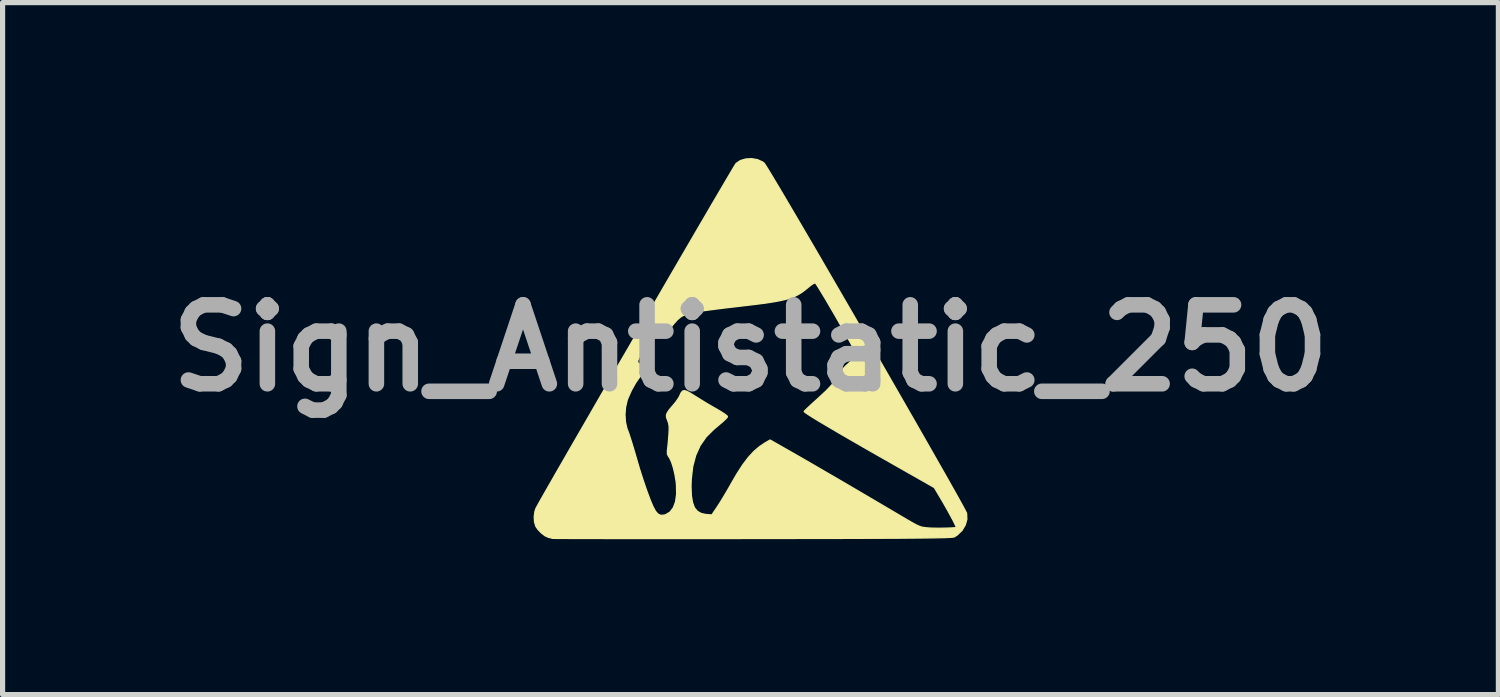
<source format=kicad_pcb>
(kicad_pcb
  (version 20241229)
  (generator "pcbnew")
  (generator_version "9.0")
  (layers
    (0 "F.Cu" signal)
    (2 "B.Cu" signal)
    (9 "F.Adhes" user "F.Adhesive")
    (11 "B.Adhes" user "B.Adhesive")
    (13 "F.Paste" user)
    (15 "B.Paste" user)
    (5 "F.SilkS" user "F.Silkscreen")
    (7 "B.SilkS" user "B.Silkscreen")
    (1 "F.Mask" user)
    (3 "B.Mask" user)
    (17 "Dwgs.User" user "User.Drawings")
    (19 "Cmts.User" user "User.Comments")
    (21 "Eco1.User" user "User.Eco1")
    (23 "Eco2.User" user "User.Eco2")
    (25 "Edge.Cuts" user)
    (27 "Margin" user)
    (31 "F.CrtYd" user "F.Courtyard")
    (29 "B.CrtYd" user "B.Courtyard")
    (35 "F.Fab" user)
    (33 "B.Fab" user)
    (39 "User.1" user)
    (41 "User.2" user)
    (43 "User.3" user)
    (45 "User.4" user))
  (footprint "Sign_Antistatic_250"
    (layer "F.Cu")
    (at 11.437 3.669)
    (property "Reference" "Sign_Antistatic_250" (at 0 0 0) (layer "F.Fab") (effects (font (size 1.524 1.524) (thickness 0.3))))
    (attr through_hole)
    (fp_poly (pts (xy 4.177 3.303) (xy 4.146 3.415) (xy 4.083 3.52) (xy 3.993 3.607) (xy 3.973 3.62) (xy 3.973 3.462) (xy 3.968 3.442) (xy 3.944 3.391) (xy 3.907 3.317) (xy 3.858 3.226) (xy 3.803 3.126) (xy 3.744 3.022) (xy 3.69 2.929) (xy 3.549 2.692) (xy 2.849 2.294) (xy 2.513 2.103) (xy 2.21 1.93) (xy 1.941 1.775) (xy 1.706 1.639) (xy 1.506 1.521) (xy 1.34 1.423) (xy 1.21 1.344) (xy 1.116 1.284) (xy 1.058 1.245) (xy 1.037 1.225) (xy 1.037 1.225) (xy 1.052 1.206) (xy 1.094 1.165) (xy 1.157 1.106) (xy 1.236 1.034) (xy 1.295 0.981) (xy 1.464 0.824) (xy 1.597 0.683) (xy 1.694 0.559) (xy 1.753 0.453) (xy 1.755 0.45) (xy 1.784 0.406) (xy 1.836 0.349) (xy 1.903 0.289) (xy 1.917 0.277) (xy 1.98 0.223) (xy 2.028 0.176) (xy 2.052 0.144) (xy 2.053 0.138) (xy 2.043 0.111) (xy 2.014 0.052) (xy 1.969 -0.032) (xy 1.911 -0.138) (xy 1.843 -0.26) (xy 1.768 -0.394) (xy 1.688 -0.533) (xy 1.608 -0.673) (xy 1.528 -0.809) (xy 1.454 -0.936) (xy 1.386 -1.049) (xy 1.329 -1.142) (xy 1.286 -1.211) (xy 1.258 -1.251) (xy 1.251 -1.258) (xy 1.226 -1.252) (xy 1.18 -1.224) (xy 1.14 -1.193) (xy 1.068 -1.134) (xy 1.001 -1.083) (xy 0.934 -1.04) (xy 0.863 -1.003) (xy 0.784 -0.971) (xy 0.693 -0.943) (xy 0.585 -0.918) (xy 0.456 -0.894) (xy 0.301 -0.87) (xy 0.117 -0.846) (xy -0.102 -0.82) (xy -0.328 -0.793) (xy -0.484 -0.775) (xy -0.642 -0.755) (xy -0.791 -0.736) (xy -0.921 -0.718) (xy -1.022 -0.703) (xy -1.045 -0.699) (xy -1.171 -0.674) (xy -1.267 -0.645) (xy -1.343 -0.604) (xy -1.413 -0.545) (xy -1.487 -0.462) (xy -1.513 -0.429) (xy -1.561 -0.371) (xy -1.601 -0.328) (xy -1.622 -0.31) (xy -1.655 -0.313) (xy -1.706 -0.332) (xy -1.723 -0.34) (xy -1.775 -0.366) (xy -1.812 -0.38) (xy -1.818 -0.381) (xy -1.838 -0.363) (xy -1.873 -0.315) (xy -1.918 -0.244) (xy -1.97 -0.158) (xy -2.024 -0.063) (xy -2.076 0.032) (xy -2.121 0.12) (xy -2.156 0.193) (xy -2.177 0.245) (xy -2.18 0.262) (xy -2.164 0.292) (xy -2.122 0.328) (xy -2.106 0.339) (xy -2.06 0.371) (xy -2.034 0.397) (xy -2.032 0.402) (xy -2.044 0.427) (xy -2.076 0.473) (xy -2.117 0.527) (xy -2.212 0.663) (xy -2.299 0.817) (xy -2.367 0.97) (xy -2.383 1.016) (xy -2.412 1.144) (xy -2.423 1.285) (xy -2.414 1.424) (xy -2.388 1.545) (xy -2.376 1.577) (xy -2.355 1.632) (xy -2.326 1.719) (xy -2.291 1.829) (xy -2.254 1.952) (xy -2.224 2.053) (xy -2.149 2.311) (xy -2.074 2.546) (xy -2.003 2.754) (xy -1.937 2.931) (xy -1.885 3.054) (xy -1.835 3.149) (xy -1.785 3.206) (xy -1.729 3.23) (xy -1.662 3.224) (xy -1.638 3.217) (xy -1.553 3.167) (xy -1.488 3.082) (xy -1.445 2.966) (xy -1.425 2.819) (xy -1.428 2.646) (xy -1.435 2.572) (xy -1.457 2.44) (xy -1.486 2.316) (xy -1.52 2.208) (xy -1.556 2.127) (xy -1.579 2.093) (xy -1.602 2.05) (xy -1.604 1.987) (xy -1.601 1.964) (xy -1.594 1.901) (xy -1.585 1.812) (xy -1.577 1.712) (xy -1.574 1.677) (xy -1.569 1.576) (xy -1.57 1.505) (xy -1.579 1.451) (xy -1.596 1.402) (xy -1.598 1.396) (xy -1.619 1.341) (xy -1.622 1.294) (xy -1.604 1.246) (xy -1.562 1.186) (xy -1.495 1.108) (xy -1.439 1.04) (xy -1.392 0.973) (xy -1.366 0.926) (xy -1.339 0.867) (xy -1.312 0.832) (xy -1.277 0.821) (xy -1.229 0.835) (xy -1.16 0.872) (xy -1.074 0.926) (xy -0.968 0.992) (xy -0.844 1.068) (xy -0.721 1.14) (xy -0.661 1.174) (xy -0.577 1.223) (xy -0.507 1.268) (xy -0.461 1.302) (xy -0.445 1.32) (xy -0.448 1.333) (xy -0.462 1.351) (xy -0.49 1.379) (xy -0.536 1.422) (xy -0.607 1.482) (xy -0.705 1.565) (xy -0.709 1.568) (xy -0.857 1.715) (xy -0.973 1.882) (xy -1.059 2.073) (xy -1.116 2.289) (xy -1.144 2.534) (xy -1.148 2.669) (xy -1.142 2.842) (xy -1.12 2.978) (xy -1.083 3.08) (xy -1.026 3.151) (xy -0.95 3.194) (xy -0.86 3.213) (xy -0.745 3.222) (xy -0.638 3.063) (xy -0.586 2.983) (xy -0.522 2.878) (xy -0.453 2.762) (xy -0.387 2.647) (xy -0.379 2.632) (xy -0.258 2.424) (xy -0.146 2.251) (xy -0.039 2.11) (xy 0.067 1.995) (xy 0.175 1.903) (xy 0.279 1.833) (xy 0.379 1.775) (xy 0.84 2.038) (xy 1.015 2.138) (xy 1.224 2.259) (xy 1.468 2.401) (xy 1.745 2.562) (xy 2.054 2.743) (xy 2.394 2.943) (xy 2.764 3.161) (xy 3.006 3.304) (xy 3.111 3.365) (xy 3.189 3.408) (xy 3.25 3.437) (xy 3.302 3.455) (xy 3.356 3.465) (xy 3.42 3.472) (xy 3.44 3.473) (xy 3.51 3.477) (xy 3.599 3.478) (xy 3.696 3.478) (xy 3.792 3.476) (xy 3.876 3.473) (xy 3.94 3.469) (xy 3.972 3.463) (xy 3.973 3.462) (xy 3.973 3.62) (xy 3.937 3.643) (xy 3.925 3.647) (xy 3.901 3.65) (xy 3.864 3.654) (xy 3.812 3.656) (xy 3.743 3.659) (xy 3.656 3.661) (xy 3.549 3.663) (xy 3.42 3.665) (xy 3.268 3.667) (xy 3.09 3.668) (xy 2.885 3.67) (xy 2.652 3.671) (xy 2.389 3.672) (xy 2.093 3.673) (xy 1.764 3.674) (xy 1.399 3.674) (xy 0.998 3.675) (xy 0.557 3.676) (xy 0.076 3.676) (xy 0.042 3.676) (xy -0.358 3.677) (xy -0.747 3.677) (xy -1.122 3.677) (xy -1.482 3.677) (xy -1.825 3.677) (xy -2.147 3.677) (xy -2.448 3.677) (xy -2.725 3.677) (xy -2.975 3.676) (xy -3.197 3.676) (xy -3.389 3.676) (xy -3.549 3.675) (xy -3.673 3.675) (xy -3.761 3.674) (xy -3.81 3.673) (xy -3.821 3.673) (xy -3.856 3.663) (xy -3.9 3.653) (xy -3.964 3.624) (xy -4.035 3.57) (xy -4.1 3.503) (xy -4.142 3.442) (xy -4.168 3.357) (xy -4.174 3.253) (xy -4.16 3.152) (xy -4.138 3.09) (xy -4.113 3.045) (xy -4.07 2.967) (xy -4.008 2.858) (xy -3.93 2.721) (xy -3.836 2.557) (xy -3.729 2.37) (xy -3.608 2.161) (xy -3.477 1.932) (xy -3.335 1.687) (xy -3.184 1.426) (xy -3.026 1.152) (xy -2.862 0.868) (xy -2.693 0.576) (xy -2.52 0.277) (xy -2.344 -0.025) (xy -2.168 -0.328) (xy -1.992 -0.631) (xy -1.818 -0.931) (xy -1.647 -1.226) (xy -1.48 -1.513) (xy -1.318 -1.791) (xy -1.163 -2.057) (xy -1.017 -2.308) (xy -0.879 -2.543) (xy -0.753 -2.76) (xy -0.638 -2.955) (xy -0.537 -3.127) (xy -0.451 -3.274) (xy -0.38 -3.393) (xy -0.327 -3.483) (xy -0.292 -3.54) (xy -0.277 -3.563) (xy -0.277 -3.563) (xy -0.195 -3.619) (xy -0.09 -3.65) (xy 0.024 -3.656) (xy 0.135 -3.637) (xy 0.232 -3.593) (xy 0.263 -3.57) (xy 0.281 -3.544) (xy 0.319 -3.484) (xy 0.376 -3.392) (xy 0.449 -3.27) (xy 0.539 -3.12) (xy 0.643 -2.945) (xy 0.76 -2.746) (xy 0.889 -2.527) (xy 1.029 -2.288) (xy 1.178 -2.034) (xy 1.335 -1.765) (xy 1.498 -1.484) (xy 1.667 -1.193) (xy 1.84 -0.895) (xy 2.016 -0.591) (xy 2.193 -0.285) (xy 2.371 0.022) (xy 2.547 0.327) (xy 2.721 0.629) (xy 2.891 0.925) (xy 3.056 1.212) (xy 3.215 1.489) (xy 3.366 1.753) (xy 3.508 2.002) (xy 3.64 2.234) (xy 3.761 2.446) (xy 3.868 2.636) (xy 3.962 2.802) (xy 4.04 2.942) (xy 4.101 3.053) (xy 4.144 3.134) (xy 4.168 3.181) (xy 4.172 3.192) (xy 4.177 3.303)) (stroke (width 0.025) (type solid)) (fill yes) (layer "F.SilkS")))
  (gr_rect
    (start -3 -3)
    (end 25.875 10.358)
    (stroke (width 0.1) (type default))
    (fill no)
    (layer "Edge.Cuts")))
</source>
